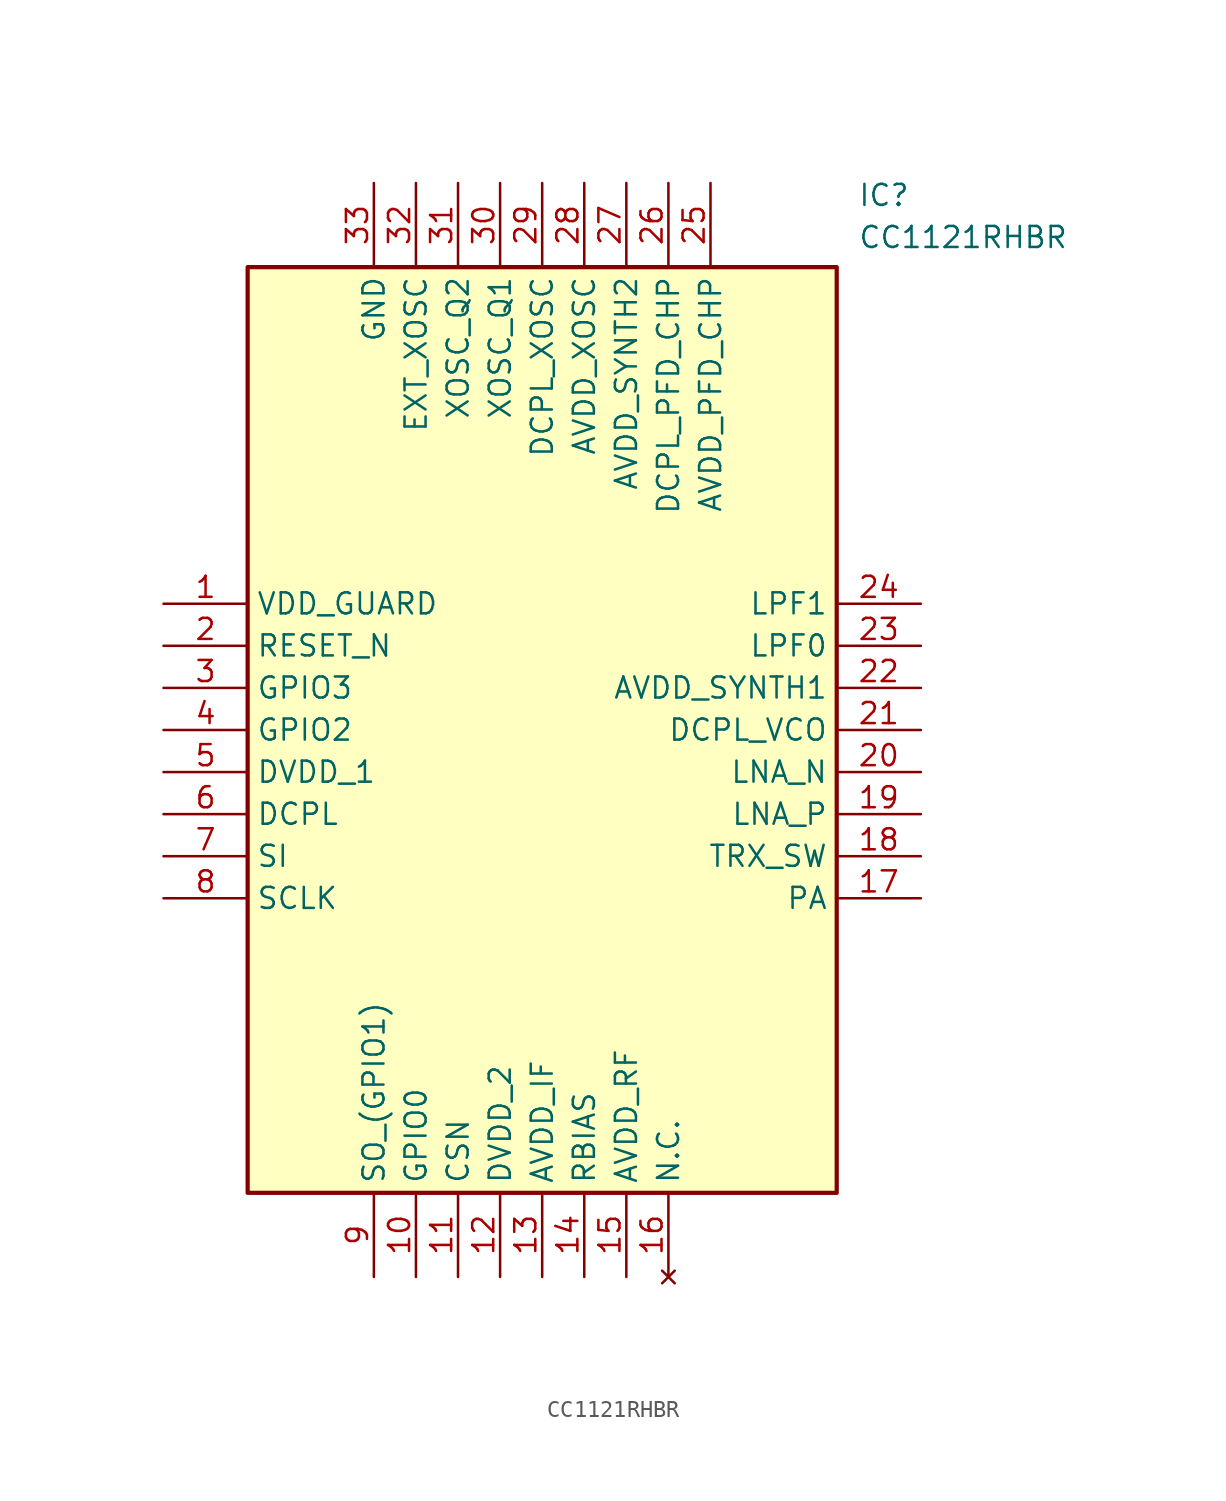
<source format=kicad_sym>
(kicad_symbol_lib
  (version 20211014)
  (generator SamacSys_ECAD_Model)
  (symbol "CC1121RHBR"
    (property "Reference" "IC"
      (at 41.91 25.4 0)
      (effects (font (size 1.27 1.27)) (justify left top)))
    (property "Value" "CC1121RHBR"
      (at 41.91 22.86 0)
      (effects (font (size 1.27 1.27)) (justify left top)))
    (rectangle
      (start 5.08 20.32)
      (end 40.64 -35.56)
      (stroke (width 0.254) (type default))
      (fill (type background)))
    (pin passive line
      (at 0 0 0)
      (length 5.08)
      (name "VDD_GUARD" (effects (font (size 1.27 1.27))))
      (number "1" (effects (font (size 1.27 1.27)))))
    (pin passive line
      (at 0 -2.54 0)
      (length 5.08)
      (name "RESET_N" (effects (font (size 1.27 1.27))))
      (number "2" (effects (font (size 1.27 1.27)))))
    (pin passive line
      (at 0 -5.08 0)
      (length 5.08)
      (name "GPIO3" (effects (font (size 1.27 1.27))))
      (number "3" (effects (font (size 1.27 1.27)))))
    (pin passive line
      (at 0 -7.62 0)
      (length 5.08)
      (name "GPIO2" (effects (font (size 1.27 1.27))))
      (number "4" (effects (font (size 1.27 1.27)))))
    (pin passive line
      (at 0 -10.16 0)
      (length 5.08)
      (name "DVDD_1" (effects (font (size 1.27 1.27))))
      (number "5" (effects (font (size 1.27 1.27)))))
    (pin passive line
      (at 0 -12.7 0)
      (length 5.08)
      (name "DCPL" (effects (font (size 1.27 1.27))))
      (number "6" (effects (font (size 1.27 1.27)))))
    (pin passive line
      (at 0 -15.24 0)
      (length 5.08)
      (name "SI" (effects (font (size 1.27 1.27))))
      (number "7" (effects (font (size 1.27 1.27)))))
    (pin passive line
      (at 0 -17.78 0)
      (length 5.08)
      (name "SCLK" (effects (font (size 1.27 1.27))))
      (number "8" (effects (font (size 1.27 1.27)))))
    (pin passive line
      (at 12.7 -40.64 90)
      (length 5.08)
      (name "SO_(GPIO1)" (effects (font (size 1.27 1.27))))
      (number "9" (effects (font (size 1.27 1.27)))))
    (pin passive line
      (at 15.24 -40.64 90)
      (length 5.08)
      (name "GPIO0" (effects (font (size 1.27 1.27))))
      (number "10" (effects (font (size 1.27 1.27)))))
    (pin passive line
      (at 17.78 -40.64 90)
      (length 5.08)
      (name "CSN" (effects (font (size 1.27 1.27))))
      (number "11" (effects (font (size 1.27 1.27)))))
    (pin passive line
      (at 20.32 -40.64 90)
      (length 5.08)
      (name "DVDD_2" (effects (font (size 1.27 1.27))))
      (number "12" (effects (font (size 1.27 1.27)))))
    (pin passive line
      (at 22.86 -40.64 90)
      (length 5.08)
      (name "AVDD_IF" (effects (font (size 1.27 1.27))))
      (number "13" (effects (font (size 1.27 1.27)))))
    (pin passive line
      (at 25.4 -40.64 90)
      (length 5.08)
      (name "RBIAS" (effects (font (size 1.27 1.27))))
      (number "14" (effects (font (size 1.27 1.27)))))
    (pin passive line
      (at 27.94 -40.64 90)
      (length 5.08)
      (name "AVDD_RF" (effects (font (size 1.27 1.27))))
      (number "15" (effects (font (size 1.27 1.27)))))
    (pin no_connect line
      (at 30.48 -40.64 90)
      (length 5.08)
      (name "N.C." (effects (font (size 1.27 1.27))))
      (number "16" (effects (font (size 1.27 1.27)))))
    (pin passive line
      (at 45.72 0 180)
      (length 5.08)
      (name "LPF1" (effects (font (size 1.27 1.27))))
      (number "24" (effects (font (size 1.27 1.27)))))
    (pin passive line
      (at 45.72 -2.54 180)
      (length 5.08)
      (name "LPF0" (effects (font (size 1.27 1.27))))
      (number "23" (effects (font (size 1.27 1.27)))))
    (pin passive line
      (at 45.72 -5.08 180)
      (length 5.08)
      (name "AVDD_SYNTH1" (effects (font (size 1.27 1.27))))
      (number "22" (effects (font (size 1.27 1.27)))))
    (pin passive line
      (at 45.72 -7.62 180)
      (length 5.08)
      (name "DCPL_VCO" (effects (font (size 1.27 1.27))))
      (number "21" (effects (font (size 1.27 1.27)))))
    (pin passive line
      (at 45.72 -10.16 180)
      (length 5.08)
      (name "LNA_N" (effects (font (size 1.27 1.27))))
      (number "20" (effects (font (size 1.27 1.27)))))
    (pin passive line
      (at 45.72 -12.7 180)
      (length 5.08)
      (name "LNA_P" (effects (font (size 1.27 1.27))))
      (number "19" (effects (font (size 1.27 1.27)))))
    (pin passive line
      (at 45.72 -15.24 180)
      (length 5.08)
      (name "TRX_SW" (effects (font (size 1.27 1.27))))
      (number "18" (effects (font (size 1.27 1.27)))))
    (pin passive line
      (at 45.72 -17.78 180)
      (length 5.08)
      (name "PA" (effects (font (size 1.27 1.27))))
      (number "17" (effects (font (size 1.27 1.27)))))
    (pin passive line
      (at 12.7 25.4 270)
      (length 5.08)
      (name "GND" (effects (font (size 1.27 1.27))))
      (number "33" (effects (font (size 1.27 1.27)))))
    (pin passive line
      (at 15.24 25.4 270)
      (length 5.08)
      (name "EXT_XOSC" (effects (font (size 1.27 1.27))))
      (number "32" (effects (font (size 1.27 1.27)))))
    (pin passive line
      (at 17.78 25.4 270)
      (length 5.08)
      (name "XOSC_Q2" (effects (font (size 1.27 1.27))))
      (number "31" (effects (font (size 1.27 1.27)))))
    (pin passive line
      (at 20.32 25.4 270)
      (length 5.08)
      (name "XOSC_Q1" (effects (font (size 1.27 1.27))))
      (number "30" (effects (font (size 1.27 1.27)))))
    (pin passive line
      (at 22.86 25.4 270)
      (length 5.08)
      (name "DCPL_XOSC" (effects (font (size 1.27 1.27))))
      (number "29" (effects (font (size 1.27 1.27)))))
    (pin passive line
      (at 25.4 25.4 270)
      (length 5.08)
      (name "AVDD_XOSC" (effects (font (size 1.27 1.27))))
      (number "28" (effects (font (size 1.27 1.27)))))
    (pin passive line
      (at 27.94 25.4 270)
      (length 5.08)
      (name "AVDD_SYNTH2" (effects (font (size 1.27 1.27))))
      (number "27" (effects (font (size 1.27 1.27)))))
    (pin passive line
      (at 30.48 25.4 270)
      (length 5.08)
      (name "DCPL_PFD_CHP" (effects (font (size 1.27 1.27))))
      (number "26" (effects (font (size 1.27 1.27)))))
    (pin passive line
      (at 33.02 25.4 270)
      (length 5.08)
      (name "AVDD_PFD_CHP" (effects (font (size 1.27 1.27))))
      (number "25" (effects (font (size 1.27 1.27)))))))
</source>
